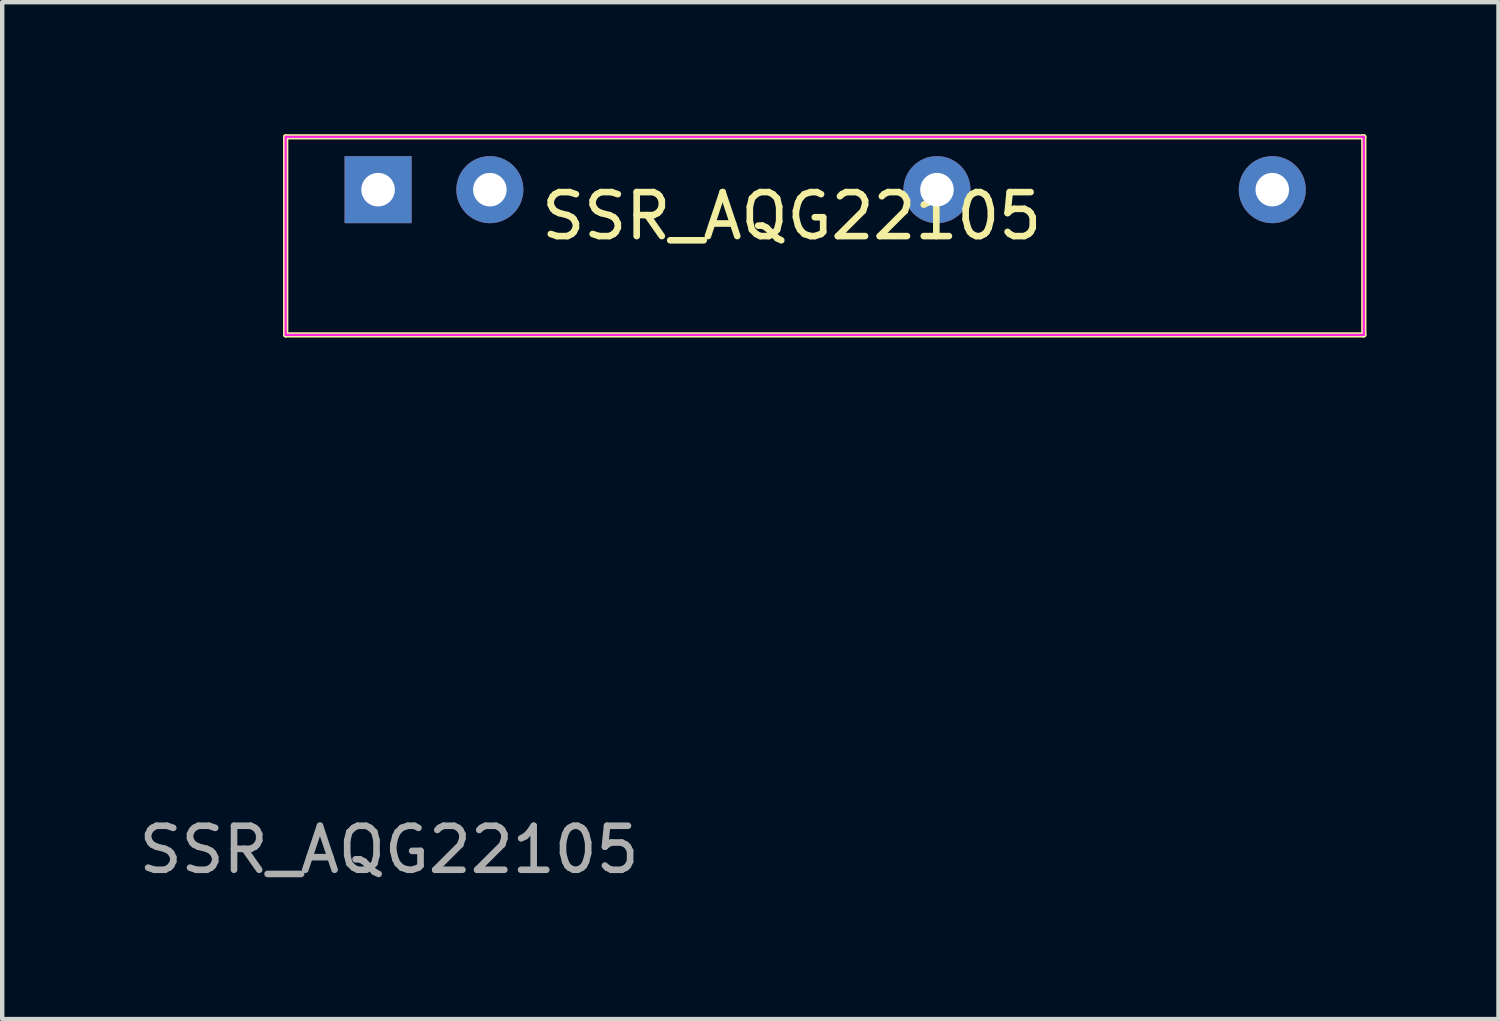
<source format=kicad_pcb>
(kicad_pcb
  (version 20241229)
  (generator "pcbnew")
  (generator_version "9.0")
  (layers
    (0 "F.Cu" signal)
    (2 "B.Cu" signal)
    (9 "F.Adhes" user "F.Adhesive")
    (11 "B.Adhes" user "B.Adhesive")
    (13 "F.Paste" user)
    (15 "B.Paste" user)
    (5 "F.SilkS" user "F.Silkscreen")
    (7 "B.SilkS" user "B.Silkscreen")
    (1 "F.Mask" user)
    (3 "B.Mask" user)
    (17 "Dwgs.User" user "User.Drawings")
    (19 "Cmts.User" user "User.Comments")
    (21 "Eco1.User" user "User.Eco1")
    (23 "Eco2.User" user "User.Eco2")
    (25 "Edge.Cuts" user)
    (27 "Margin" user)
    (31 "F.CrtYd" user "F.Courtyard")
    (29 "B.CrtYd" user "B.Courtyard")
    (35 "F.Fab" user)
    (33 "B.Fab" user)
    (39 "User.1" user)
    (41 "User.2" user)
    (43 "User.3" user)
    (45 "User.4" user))
  (footprint "SSR_AQG22105"
    (layer "F.Cu")
    (at 5.542 1.26)
    (property "Reference" "SSR_AQG22105" (at 9.4 0.6 0) (unlocked yes) (layer "F.SilkS") (effects (font (size 1 1) (thickness 0.15))))
    (fp_line (start -2.1 -1.2) (end 22.4 -1.2) (stroke (width 0.12) (type solid)) (layer "F.SilkS"))
    (fp_line (start -2.1 3.3) (end -2.1 -1.2) (stroke (width 0.12) (type solid)) (layer "F.SilkS"))
    (fp_line (start 22.4 -1.2) (end 22.4 3.3) (stroke (width 0.12) (type solid)) (layer "F.SilkS"))
    (fp_line (start 22.4 3.3) (end -2.1 3.3) (stroke (width 0.12) (type solid)) (layer "F.SilkS"))
    (fp_line (start -2.1 -1.2) (end 22.4 -1.2) (stroke (width 0.05) (type solid)) (layer "F.CrtYd"))
    (fp_line (start -2.1 3.3) (end -2.1 -1.2) (stroke (width 0.05) (type solid)) (layer "F.CrtYd"))
    (fp_line (start 22.4 -1.2) (end 22.4 3.3) (stroke (width 0.05) (type solid)) (layer "F.CrtYd"))
    (fp_line (start 22.4 3.3) (end -2.1 3.3) (stroke (width 0.05) (type solid)) (layer "F.CrtYd"))
    (fp_text user "${REFERENCE}" (at 0.25 15 0) (unlocked yes) (layer "F.Fab") (effects (font (size 1 1) (thickness 0.15))))
    (pad "1" thru_hole rect (at 0 0) (size 1.524 1.524) (drill 0.762) (layers "*.Cu" "*.Mask"))
    (pad "2" thru_hole circle (at 2.54 0) (size 1.524 1.524) (drill 0.762) (layers "*.Cu" "*.Mask"))
    (pad "3" thru_hole circle (at 12.7 0) (size 1.524 1.524) (drill 0.762) (layers "*.Cu" "*.Mask"))
    (pad "4" thru_hole circle (at 20.32 0) (size 1.524 1.524) (drill 0.762) (layers "*.Cu" "*.Mask")))
  (gr_rect
    (start -3 -3)
    (end 31.002 20.108)
    (stroke (width 0.1) (type default))
    (fill no)
    (layer "Edge.Cuts")))
</source>
